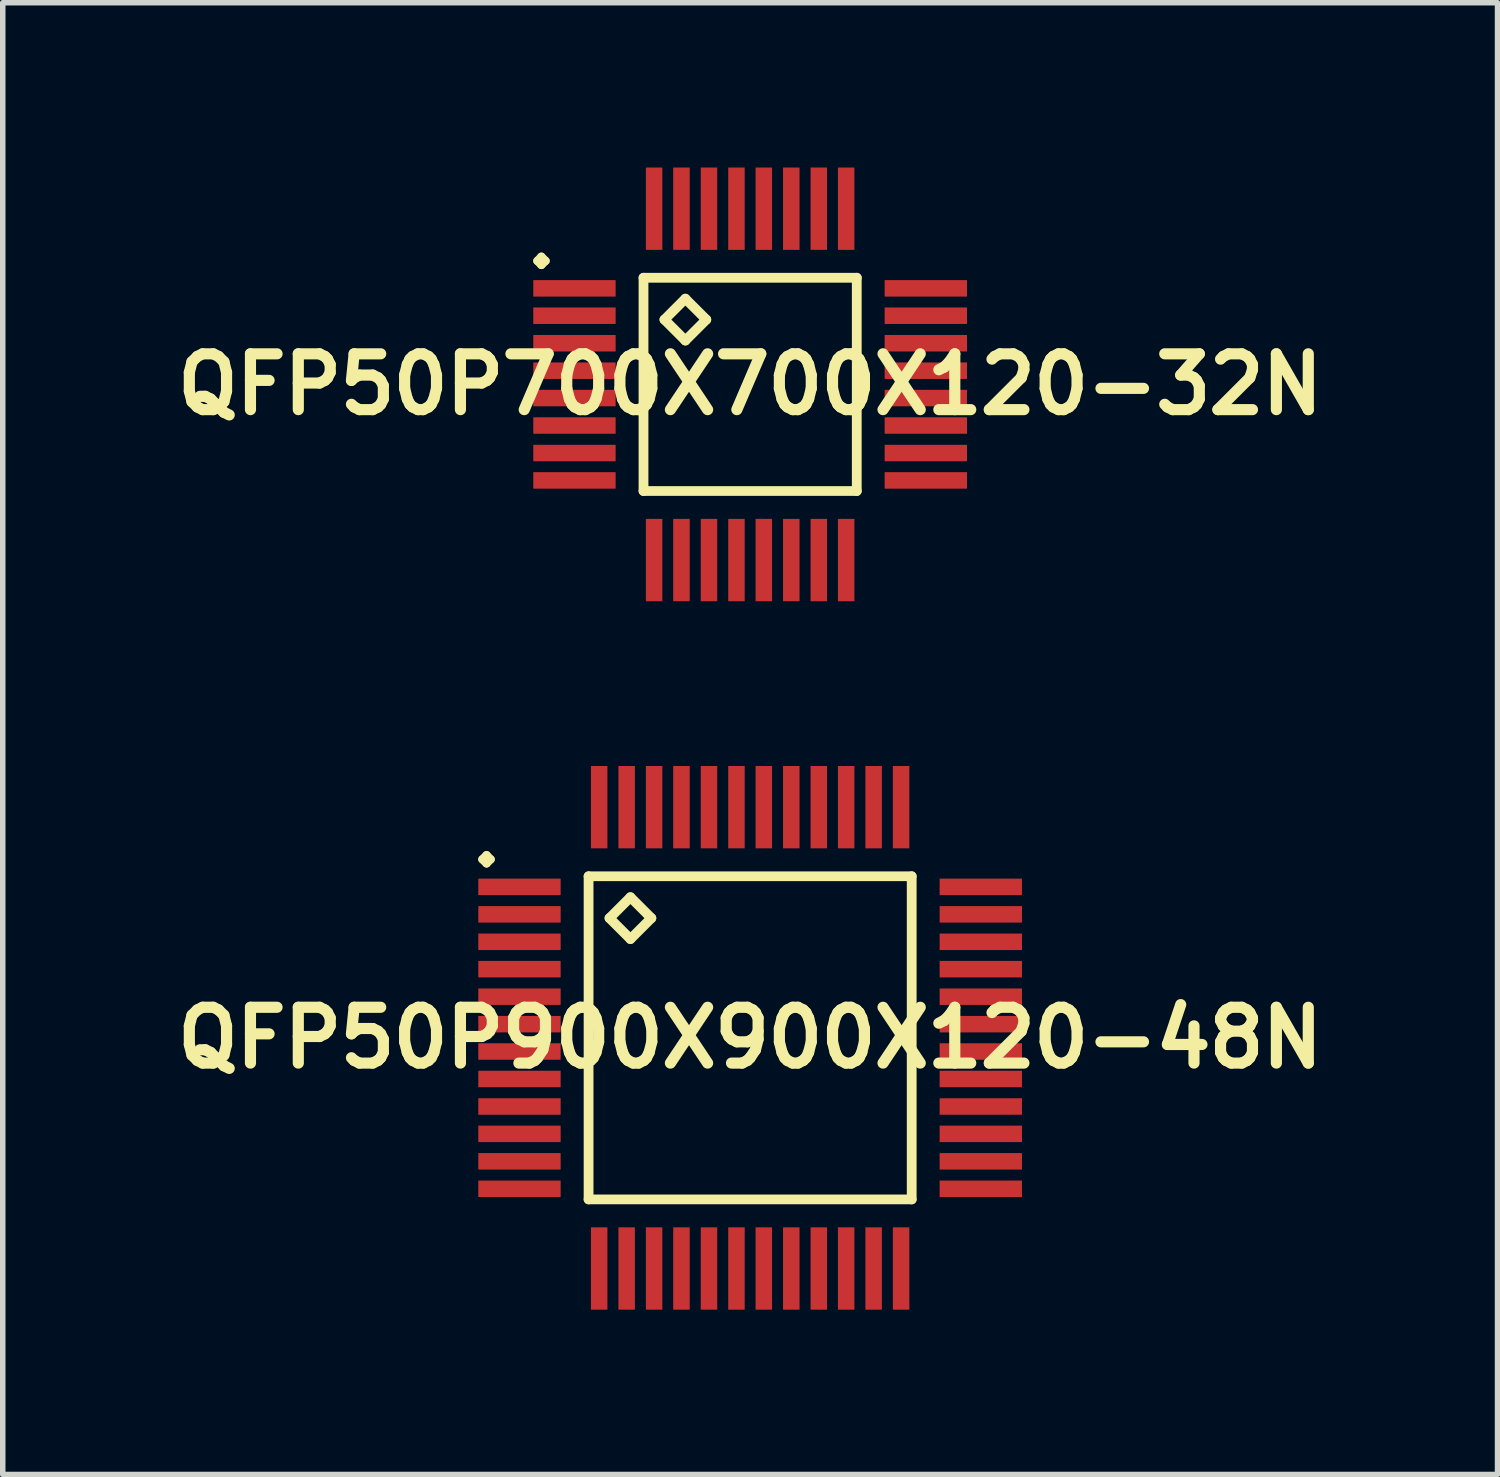
<source format=kicad_pcb>
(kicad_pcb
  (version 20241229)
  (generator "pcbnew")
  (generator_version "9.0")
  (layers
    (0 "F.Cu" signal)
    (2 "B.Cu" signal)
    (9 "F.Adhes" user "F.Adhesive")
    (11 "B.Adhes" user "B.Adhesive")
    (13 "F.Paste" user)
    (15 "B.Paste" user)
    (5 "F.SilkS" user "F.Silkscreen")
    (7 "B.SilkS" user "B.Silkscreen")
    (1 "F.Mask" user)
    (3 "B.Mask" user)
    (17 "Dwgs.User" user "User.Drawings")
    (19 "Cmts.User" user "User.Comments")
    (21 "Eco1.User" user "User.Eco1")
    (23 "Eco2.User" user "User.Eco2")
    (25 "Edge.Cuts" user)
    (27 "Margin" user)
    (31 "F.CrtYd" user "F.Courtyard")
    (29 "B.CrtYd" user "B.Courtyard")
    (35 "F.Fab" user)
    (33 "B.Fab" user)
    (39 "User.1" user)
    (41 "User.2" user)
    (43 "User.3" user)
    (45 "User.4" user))
  (footprint "QFP50P900X900X120-48N"
    (layer "F.Cu")
    (at 10.605 15.842)
    (property "Reference" "QFP50P900X900X120-48N" (at 0 0 0) (layer "F.SilkS") (effects (font (size 1.016 1.016) (thickness 0.203))))
    (attr smd)
    (fp_line (start -4.874 -3.249) (end -4.798 -3.325) (stroke (width 0.15) (type solid)) (layer "F.SilkS"))
    (fp_line (start -4.798 -3.325) (end -4.724 -3.249) (stroke (width 0.15) (type solid)) (layer "F.SilkS"))
    (fp_line (start -4.798 -3.175) (end -4.874 -3.249) (stroke (width 0.15) (type solid)) (layer "F.SilkS"))
    (fp_line (start -4.724 -3.249) (end -4.798 -3.175) (stroke (width 0.15) (type solid)) (layer "F.SilkS"))
    (fp_line (start -2.941 -2.941) (end -2.941 2.941) (stroke (width 0.178) (type solid)) (layer "F.SilkS"))
    (fp_line (start -2.941 2.941) (end 2.941 2.941) (stroke (width 0.178) (type solid)) (layer "F.SilkS"))
    (fp_line (start -2.56 -2.179) (end -2.179 -2.56) (stroke (width 0.178) (type solid)) (layer "F.SilkS"))
    (fp_line (start -2.179 -2.56) (end -1.798 -2.179) (stroke (width 0.178) (type solid)) (layer "F.SilkS"))
    (fp_line (start -2.179 -1.798) (end -2.56 -2.179) (stroke (width 0.178) (type solid)) (layer "F.SilkS"))
    (fp_line (start -1.798 -2.179) (end -2.179 -1.798) (stroke (width 0.178) (type solid)) (layer "F.SilkS"))
    (fp_line (start 2.941 -2.941) (end -2.941 -2.941) (stroke (width 0.178) (type solid)) (layer "F.SilkS"))
    (fp_line (start 2.941 2.941) (end 2.941 -2.941) (stroke (width 0.178) (type solid)) (layer "F.SilkS"))
    (pad "1" smd rect (at -4.199 -2.748) (size 1.499 0.3) (layers "F.Cu" "F.Mask" "F.Paste"))
    (pad "2" smd rect (at -4.199 -2.248) (size 1.499 0.3) (layers "F.Cu" "F.Mask" "F.Paste"))
    (pad "3" smd rect (at -4.199 -1.748) (size 1.499 0.3) (layers "F.Cu" "F.Mask" "F.Paste"))
    (pad "4" smd rect (at -4.199 -1.25) (size 1.499 0.3) (layers "F.Cu" "F.Mask" "F.Paste"))
    (pad "5" smd rect (at -4.199 -0.749) (size 1.499 0.3) (layers "F.Cu" "F.Mask" "F.Paste"))
    (pad "6" smd rect (at -4.199 -0.249) (size 1.499 0.3) (layers "F.Cu" "F.Mask" "F.Paste"))
    (pad "7" smd rect (at -4.199 0.249) (size 1.499 0.3) (layers "F.Cu" "F.Mask" "F.Paste"))
    (pad "8" smd rect (at -4.199 0.749) (size 1.499 0.3) (layers "F.Cu" "F.Mask" "F.Paste"))
    (pad "9" smd rect (at -4.199 1.25) (size 1.499 0.3) (layers "F.Cu" "F.Mask" "F.Paste"))
    (pad "10" smd rect (at -4.199 1.748) (size 1.499 0.3) (layers "F.Cu" "F.Mask" "F.Paste"))
    (pad "11" smd rect (at -4.199 2.248) (size 1.499 0.3) (layers "F.Cu" "F.Mask" "F.Paste"))
    (pad "12" smd rect (at -4.199 2.748) (size 1.499 0.3) (layers "F.Cu" "F.Mask" "F.Paste"))
    (pad "13" smd rect (at -2.748 4.199) (size 0.3 1.499) (layers "F.Cu" "F.Mask" "F.Paste"))
    (pad "14" smd rect (at -2.248 4.199) (size 0.3 1.499) (layers "F.Cu" "F.Mask" "F.Paste"))
    (pad "15" smd rect (at -1.748 4.199) (size 0.3 1.499) (layers "F.Cu" "F.Mask" "F.Paste"))
    (pad "16" smd rect (at -1.25 4.199) (size 0.3 1.499) (layers "F.Cu" "F.Mask" "F.Paste"))
    (pad "17" smd rect (at -0.749 4.199) (size 0.3 1.499) (layers "F.Cu" "F.Mask" "F.Paste"))
    (pad "18" smd rect (at -0.249 4.199) (size 0.3 1.499) (layers "F.Cu" "F.Mask" "F.Paste"))
    (pad "19" smd rect (at 0.249 4.199) (size 0.3 1.499) (layers "F.Cu" "F.Mask" "F.Paste"))
    (pad "20" smd rect (at 0.749 4.199) (size 0.3 1.499) (layers "F.Cu" "F.Mask" "F.Paste"))
    (pad "21" smd rect (at 1.25 4.199) (size 0.3 1.499) (layers "F.Cu" "F.Mask" "F.Paste"))
    (pad "22" smd rect (at 1.748 4.199) (size 0.3 1.499) (layers "F.Cu" "F.Mask" "F.Paste"))
    (pad "23" smd rect (at 2.248 4.199) (size 0.3 1.499) (layers "F.Cu" "F.Mask" "F.Paste"))
    (pad "24" smd rect (at 2.748 4.199) (size 0.3 1.499) (layers "F.Cu" "F.Mask" "F.Paste"))
    (pad "25" smd rect (at 4.199 2.748) (size 1.499 0.3) (layers "F.Cu" "F.Mask" "F.Paste"))
    (pad "26" smd rect (at 4.199 2.248) (size 1.499 0.3) (layers "F.Cu" "F.Mask" "F.Paste"))
    (pad "27" smd rect (at 4.199 1.748) (size 1.499 0.3) (layers "F.Cu" "F.Mask" "F.Paste"))
    (pad "28" smd rect (at 4.199 1.25) (size 1.499 0.3) (layers "F.Cu" "F.Mask" "F.Paste"))
    (pad "29" smd rect (at 4.199 0.749) (size 1.499 0.3) (layers "F.Cu" "F.Mask" "F.Paste"))
    (pad "30" smd rect (at 4.199 0.249) (size 1.499 0.3) (layers "F.Cu" "F.Mask" "F.Paste"))
    (pad "31" smd rect (at 4.199 -0.249) (size 1.499 0.3) (layers "F.Cu" "F.Mask" "F.Paste"))
    (pad "32" smd rect (at 4.199 -0.749) (size 1.499 0.3) (layers "F.Cu" "F.Mask" "F.Paste"))
    (pad "33" smd rect (at 4.199 -1.25) (size 1.499 0.3) (layers "F.Cu" "F.Mask" "F.Paste"))
    (pad "34" smd rect (at 4.199 -1.748) (size 1.499 0.3) (layers "F.Cu" "F.Mask" "F.Paste"))
    (pad "35" smd rect (at 4.199 -2.248) (size 1.499 0.3) (layers "F.Cu" "F.Mask" "F.Paste"))
    (pad "36" smd rect (at 4.199 -2.748) (size 1.499 0.3) (layers "F.Cu" "F.Mask" "F.Paste"))
    (pad "37" smd rect (at 2.748 -4.199) (size 0.3 1.499) (layers "F.Cu" "F.Mask" "F.Paste"))
    (pad "38" smd rect (at 2.248 -4.199) (size 0.3 1.499) (layers "F.Cu" "F.Mask" "F.Paste"))
    (pad "39" smd rect (at 1.748 -4.199) (size 0.3 1.499) (layers "F.Cu" "F.Mask" "F.Paste"))
    (pad "40" smd rect (at 1.25 -4.199) (size 0.3 1.499) (layers "F.Cu" "F.Mask" "F.Paste"))
    (pad "41" smd rect (at 0.749 -4.199) (size 0.3 1.499) (layers "F.Cu" "F.Mask" "F.Paste"))
    (pad "42" smd rect (at 0.249 -4.199) (size 0.3 1.499) (layers "F.Cu" "F.Mask" "F.Paste"))
    (pad "43" smd rect (at -0.249 -4.199) (size 0.3 1.499) (layers "F.Cu" "F.Mask" "F.Paste"))
    (pad "44" smd rect (at -0.749 -4.199) (size 0.3 1.499) (layers "F.Cu" "F.Mask" "F.Paste"))
    (pad "45" smd rect (at -1.25 -4.199) (size 0.3 1.499) (layers "F.Cu" "F.Mask" "F.Paste"))
    (pad "46" smd rect (at -1.748 -4.199) (size 0.3 1.499) (layers "F.Cu" "F.Mask" "F.Paste"))
    (pad "47" smd rect (at -2.248 -4.199) (size 0.3 1.499) (layers "F.Cu" "F.Mask" "F.Paste"))
    (pad "48" smd rect (at -2.748 -4.199) (size 0.3 1.499) (layers "F.Cu" "F.Mask" "F.Paste")))
  (footprint "QFP50P700X700X120-32N"
    (layer "F.Cu")
    (at 10.605 3.947)
    (property "Reference" "QFP50P700X700X120-32N" (at 0 0 0) (layer "F.SilkS") (effects (font (size 1.016 1.016) (thickness 0.203))))
    (attr smd)
    (fp_line (start -3.873 -2.248) (end -3.8 -2.324) (stroke (width 0.15) (type solid)) (layer "F.SilkS"))
    (fp_line (start -3.8 -2.324) (end -3.724 -2.248) (stroke (width 0.15) (type solid)) (layer "F.SilkS"))
    (fp_line (start -3.8 -2.174) (end -3.873 -2.248) (stroke (width 0.15) (type solid)) (layer "F.SilkS"))
    (fp_line (start -3.724 -2.248) (end -3.8 -2.174) (stroke (width 0.15) (type solid)) (layer "F.SilkS"))
    (fp_line (start -1.941 -1.941) (end -1.941 1.941) (stroke (width 0.178) (type solid)) (layer "F.SilkS"))
    (fp_line (start -1.941 1.941) (end 1.941 1.941) (stroke (width 0.178) (type solid)) (layer "F.SilkS"))
    (fp_line (start -1.56 -1.179) (end -1.179 -1.56) (stroke (width 0.178) (type solid)) (layer "F.SilkS"))
    (fp_line (start -1.179 -1.56) (end -0.798 -1.179) (stroke (width 0.178) (type solid)) (layer "F.SilkS"))
    (fp_line (start -1.179 -0.798) (end -1.56 -1.179) (stroke (width 0.178) (type solid)) (layer "F.SilkS"))
    (fp_line (start -0.798 -1.179) (end -1.179 -0.798) (stroke (width 0.178) (type solid)) (layer "F.SilkS"))
    (fp_line (start 1.941 -1.941) (end -1.941 -1.941) (stroke (width 0.178) (type solid)) (layer "F.SilkS"))
    (fp_line (start 1.941 1.941) (end 1.941 -1.941) (stroke (width 0.178) (type solid)) (layer "F.SilkS"))
    (pad "1" smd rect (at -3.198 -1.748) (size 1.499 0.3) (layers "F.Cu" "F.Mask" "F.Paste"))
    (pad "2" smd rect (at -3.198 -1.25) (size 1.499 0.3) (layers "F.Cu" "F.Mask" "F.Paste"))
    (pad "3" smd rect (at -3.198 -0.749) (size 1.499 0.3) (layers "F.Cu" "F.Mask" "F.Paste"))
    (pad "4" smd rect (at -3.198 -0.249) (size 1.499 0.3) (layers "F.Cu" "F.Mask" "F.Paste"))
    (pad "5" smd rect (at -3.198 0.249) (size 1.499 0.3) (layers "F.Cu" "F.Mask" "F.Paste"))
    (pad "6" smd rect (at -3.198 0.749) (size 1.499 0.3) (layers "F.Cu" "F.Mask" "F.Paste"))
    (pad "7" smd rect (at -3.198 1.25) (size 1.499 0.3) (layers "F.Cu" "F.Mask" "F.Paste"))
    (pad "8" smd rect (at -3.198 1.748) (size 1.499 0.3) (layers "F.Cu" "F.Mask" "F.Paste"))
    (pad "9" smd rect (at -1.748 3.198) (size 0.3 1.499) (layers "F.Cu" "F.Mask" "F.Paste"))
    (pad "10" smd rect (at -1.25 3.198) (size 0.3 1.499) (layers "F.Cu" "F.Mask" "F.Paste"))
    (pad "11" smd rect (at -0.749 3.198) (size 0.3 1.499) (layers "F.Cu" "F.Mask" "F.Paste"))
    (pad "12" smd rect (at -0.249 3.198) (size 0.3 1.499) (layers "F.Cu" "F.Mask" "F.Paste"))
    (pad "13" smd rect (at 0.249 3.198) (size 0.3 1.499) (layers "F.Cu" "F.Mask" "F.Paste"))
    (pad "14" smd rect (at 0.749 3.198) (size 0.3 1.499) (layers "F.Cu" "F.Mask" "F.Paste"))
    (pad "15" smd rect (at 1.25 3.198) (size 0.3 1.499) (layers "F.Cu" "F.Mask" "F.Paste"))
    (pad "16" smd rect (at 1.748 3.198) (size 0.3 1.499) (layers "F.Cu" "F.Mask" "F.Paste"))
    (pad "17" smd rect (at 3.198 1.748) (size 1.499 0.3) (layers "F.Cu" "F.Mask" "F.Paste"))
    (pad "18" smd rect (at 3.198 1.25) (size 1.499 0.3) (layers "F.Cu" "F.Mask" "F.Paste"))
    (pad "19" smd rect (at 3.198 0.749) (size 1.499 0.3) (layers "F.Cu" "F.Mask" "F.Paste"))
    (pad "20" smd rect (at 3.198 0.249) (size 1.499 0.3) (layers "F.Cu" "F.Mask" "F.Paste"))
    (pad "21" smd rect (at 3.198 -0.249) (size 1.499 0.3) (layers "F.Cu" "F.Mask" "F.Paste"))
    (pad "22" smd rect (at 3.198 -0.749) (size 1.499 0.3) (layers "F.Cu" "F.Mask" "F.Paste"))
    (pad "23" smd rect (at 3.198 -1.25) (size 1.499 0.3) (layers "F.Cu" "F.Mask" "F.Paste"))
    (pad "24" smd rect (at 3.198 -1.748) (size 1.499 0.3) (layers "F.Cu" "F.Mask" "F.Paste"))
    (pad "25" smd rect (at 1.748 -3.198) (size 0.3 1.499) (layers "F.Cu" "F.Mask" "F.Paste"))
    (pad "26" smd rect (at 1.25 -3.198) (size 0.3 1.499) (layers "F.Cu" "F.Mask" "F.Paste"))
    (pad "27" smd rect (at 0.749 -3.198) (size 0.3 1.499) (layers "F.Cu" "F.Mask" "F.Paste"))
    (pad "28" smd rect (at 0.249 -3.198) (size 0.3 1.499) (layers "F.Cu" "F.Mask" "F.Paste"))
    (pad "29" smd rect (at -0.249 -3.198) (size 0.3 1.499) (layers "F.Cu" "F.Mask" "F.Paste"))
    (pad "30" smd rect (at -0.749 -3.198) (size 0.3 1.499) (layers "F.Cu" "F.Mask" "F.Paste"))
    (pad "31" smd rect (at -1.25 -3.198) (size 0.3 1.499) (layers "F.Cu" "F.Mask" "F.Paste"))
    (pad "32" smd rect (at -1.748 -3.198) (size 0.3 1.499) (layers "F.Cu" "F.Mask" "F.Paste")))
  (gr_rect
    (start -3 -3)
    (end 24.21 23.79)
    (stroke (width 0.1) (type default))
    (fill no)
    (layer "Edge.Cuts")))
</source>
